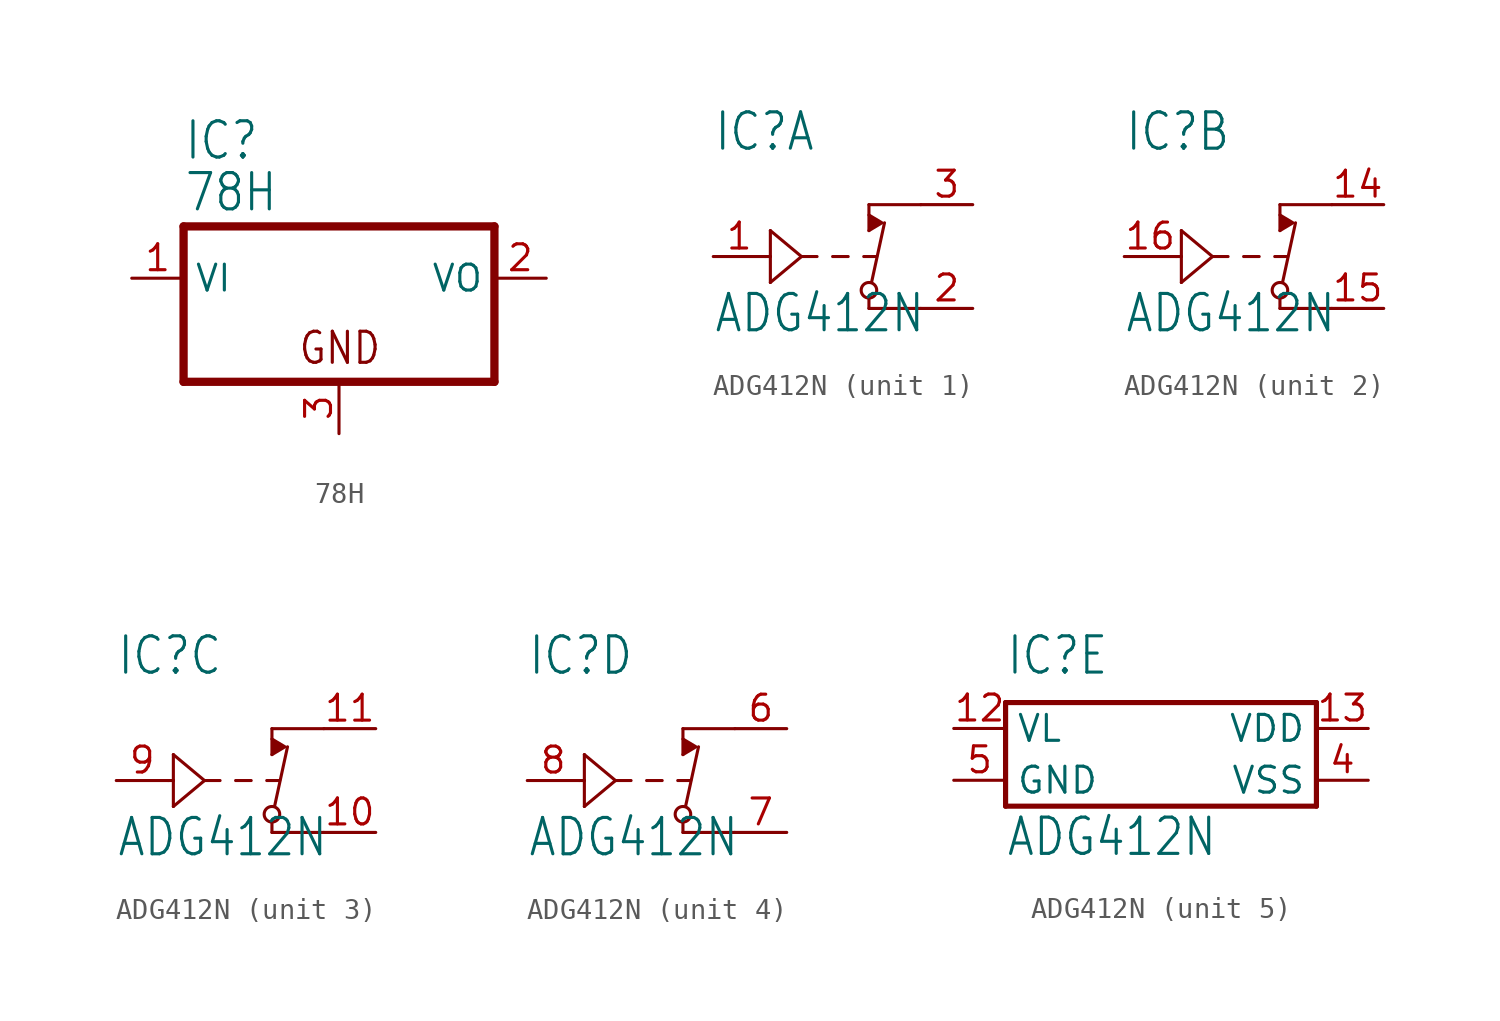
<source format=kicad_sym>
(kicad_symbol_lib
  (version 20211014)
  (generator kicad_symbol_editor)
  (symbol "78H"
    (property "Reference" "IC"
      (at -7.62 5.715 0)
      (effects (font (size 1.778 1.511)) (justify left bottom)))
    (property "Value" "78H"
      (at -7.62 3.175 0)
      (effects (font (size 1.778 1.511)) (justify left bottom)))
    (property "ki_locked" ""
      (at 0 0 0)
      (effects (font (size 1.27 1.27))))
    (symbol "78H_1_0"
      (polyline (pts (xy -7.62 -5.08) (xy 7.62 -5.08)) (stroke (width 0.406) (type default) (color 0 0 0 0)) (fill (type none)))
      (polyline (pts (xy -7.62 2.54) (xy -7.62 -5.08)) (stroke (width 0.406) (type default) (color 0 0 0 0)) (fill (type none)))
      (polyline (pts (xy 7.62 -5.08) (xy 7.62 2.54)) (stroke (width 0.406) (type default) (color 0 0 0 0)) (fill (type none)))
      (polyline (pts (xy 7.62 2.54) (xy -7.62 2.54)) (stroke (width 0.406) (type default) (color 0 0 0 0)) (fill (type none)))
      (text "GND" (at -2.032 -4.318 0) (effects (font (size 1.524 1.295)) (justify left bottom)))
      (pin input line (at -10.16 0 0) (length 2.54) (name "VI" (effects (font (size 1.27 1.27)))) (number "1" (effects (font (size 1.27 1.27)))))
      (pin passive line (at 10.16 0 180) (length 2.54) (name "VO" (effects (font (size 1.27 1.27)))) (number "2" (effects (font (size 1.27 1.27)))))
      (pin passive line (at 0 -7.62 90) (length 2.54) (name "GND" (effects (font (size 0 0)))) (number "3" (effects (font (size 1.27 1.27)))))))
  (symbol "ADG412N"
    (property "Reference" "IC"
      (at -7.62 5.08 0)
      (effects (font (size 1.778 1.511)) (justify left bottom)))
    (property "Value" "ADG412N"
      (at -7.62 -3.81 0)
      (effects (font (size 1.778 1.511)) (justify left bottom)))
    (property "ki_locked" ""
      (at 0 0 0)
      (effects (font (size 1.27 1.27))))
    (symbol "ADG412N_1_0"
      (circle (center 0 -1.651) (radius 0.381) (stroke (width 0.152) (type default) (color 0 0 0 0)) (fill (type none)))
      (polyline (pts (xy -5.08 0) (xy -4.826 0)) (stroke (width 0.152) (type default) (color 0 0 0 0)) (fill (type none)))
      (polyline (pts (xy -4.826 -1.27) (xy -4.826 0)) (stroke (width 0.152) (type default) (color 0 0 0 0)) (fill (type none)))
      (polyline (pts (xy -4.826 0) (xy -4.826 1.27)) (stroke (width 0.152) (type default) (color 0 0 0 0)) (fill (type none)))
      (polyline (pts (xy -4.826 1.27) (xy -3.302 0)) (stroke (width 0.152) (type default) (color 0 0 0 0)) (fill (type none)))
      (polyline (pts (xy -3.302 0) (xy -4.826 -1.27)) (stroke (width 0.152) (type default) (color 0 0 0 0)) (fill (type none)))
      (polyline (pts (xy -3.302 0) (xy -2.54 0)) (stroke (width 0.152) (type default) (color 0 0 0 0)) (fill (type none)))
      (polyline (pts (xy -1.778 0) (xy -1.016 0)) (stroke (width 0.152) (type default) (color 0 0 0 0)) (fill (type none)))
      (polyline (pts (xy -0.254 0) (xy 0.381 0)) (stroke (width 0.152) (type default) (color 0 0 0 0)) (fill (type none)))
      (polyline (pts (xy 0 -2.54) (xy 0 -2.032)) (stroke (width 0.152) (type default) (color 0 0 0 0)) (fill (type none)))
      (polyline (pts (xy 0 2.54) (xy 0 1.27)) (stroke (width 0.152) (type default) (color 0 0 0 0)) (fill (type none)))
      (polyline (pts (xy 0.127 -1.27) (xy 0.762 1.651)) (stroke (width 0.152) (type default) (color 0 0 0 0)) (fill (type none)))
      (polyline (pts (xy 2.54 -2.54) (xy 0 -2.54)) (stroke (width 0.152) (type default) (color 0 0 0 0)) (fill (type none)))
      (polyline (pts (xy 2.54 2.54) (xy 0 2.54)) (stroke (width 0.152) (type default) (color 0 0 0 0)) (fill (type none)))
      (polyline (pts (xy 0 1.27) (xy 0.635 1.651) (xy 0 2.032)) (stroke (width 0) (type default) (color 0 0 0 0)) (fill (type outline)))
      (pin input line (at -7.62 0 0) (length 2.54) (name "IN" (effects (font (size 0 0)))) (number "1" (effects (font (size 1.27 1.27)))))
      (pin passive line (at 5.08 -2.54 180) (length 2.54) (name "D" (effects (font (size 0 0)))) (number "2" (effects (font (size 1.27 1.27)))))
      (pin passive line (at 5.08 2.54 180) (length 2.54) (name "S" (effects (font (size 0 0)))) (number "3" (effects (font (size 1.27 1.27))))))
    (symbol "ADG412N_2_0"
      (circle (center 0 -1.651) (radius 0.381) (stroke (width 0.152) (type default) (color 0 0 0 0)) (fill (type none)))
      (polyline (pts (xy -5.08 0) (xy -4.826 0)) (stroke (width 0.152) (type default) (color 0 0 0 0)) (fill (type none)))
      (polyline (pts (xy -4.826 -1.27) (xy -4.826 0)) (stroke (width 0.152) (type default) (color 0 0 0 0)) (fill (type none)))
      (polyline (pts (xy -4.826 0) (xy -4.826 1.27)) (stroke (width 0.152) (type default) (color 0 0 0 0)) (fill (type none)))
      (polyline (pts (xy -4.826 1.27) (xy -3.302 0)) (stroke (width 0.152) (type default) (color 0 0 0 0)) (fill (type none)))
      (polyline (pts (xy -3.302 0) (xy -4.826 -1.27)) (stroke (width 0.152) (type default) (color 0 0 0 0)) (fill (type none)))
      (polyline (pts (xy -3.302 0) (xy -2.54 0)) (stroke (width 0.152) (type default) (color 0 0 0 0)) (fill (type none)))
      (polyline (pts (xy -1.778 0) (xy -1.016 0)) (stroke (width 0.152) (type default) (color 0 0 0 0)) (fill (type none)))
      (polyline (pts (xy -0.254 0) (xy 0.381 0)) (stroke (width 0.152) (type default) (color 0 0 0 0)) (fill (type none)))
      (polyline (pts (xy 0 -2.54) (xy 0 -2.032)) (stroke (width 0.152) (type default) (color 0 0 0 0)) (fill (type none)))
      (polyline (pts (xy 0 2.54) (xy 0 1.27)) (stroke (width 0.152) (type default) (color 0 0 0 0)) (fill (type none)))
      (polyline (pts (xy 0.127 -1.27) (xy 0.762 1.651)) (stroke (width 0.152) (type default) (color 0 0 0 0)) (fill (type none)))
      (polyline (pts (xy 2.54 -2.54) (xy 0 -2.54)) (stroke (width 0.152) (type default) (color 0 0 0 0)) (fill (type none)))
      (polyline (pts (xy 2.54 2.54) (xy 0 2.54)) (stroke (width 0.152) (type default) (color 0 0 0 0)) (fill (type none)))
      (polyline (pts (xy 0 1.27) (xy 0.635 1.651) (xy 0 2.032)) (stroke (width 0) (type default) (color 0 0 0 0)) (fill (type outline)))
      (pin passive line (at 5.08 2.54 180) (length 2.54) (name "S" (effects (font (size 0 0)))) (number "14" (effects (font (size 1.27 1.27)))))
      (pin passive line (at 5.08 -2.54 180) (length 2.54) (name "D" (effects (font (size 0 0)))) (number "15" (effects (font (size 1.27 1.27)))))
      (pin input line (at -7.62 0 0) (length 2.54) (name "IN" (effects (font (size 0 0)))) (number "16" (effects (font (size 1.27 1.27))))))
    (symbol "ADG412N_3_0"
      (circle (center 0 -1.651) (radius 0.381) (stroke (width 0.152) (type default) (color 0 0 0 0)) (fill (type none)))
      (polyline (pts (xy -5.08 0) (xy -4.826 0)) (stroke (width 0.152) (type default) (color 0 0 0 0)) (fill (type none)))
      (polyline (pts (xy -4.826 -1.27) (xy -4.826 0)) (stroke (width 0.152) (type default) (color 0 0 0 0)) (fill (type none)))
      (polyline (pts (xy -4.826 0) (xy -4.826 1.27)) (stroke (width 0.152) (type default) (color 0 0 0 0)) (fill (type none)))
      (polyline (pts (xy -4.826 1.27) (xy -3.302 0)) (stroke (width 0.152) (type default) (color 0 0 0 0)) (fill (type none)))
      (polyline (pts (xy -3.302 0) (xy -4.826 -1.27)) (stroke (width 0.152) (type default) (color 0 0 0 0)) (fill (type none)))
      (polyline (pts (xy -3.302 0) (xy -2.54 0)) (stroke (width 0.152) (type default) (color 0 0 0 0)) (fill (type none)))
      (polyline (pts (xy -1.778 0) (xy -1.016 0)) (stroke (width 0.152) (type default) (color 0 0 0 0)) (fill (type none)))
      (polyline (pts (xy -0.254 0) (xy 0.381 0)) (stroke (width 0.152) (type default) (color 0 0 0 0)) (fill (type none)))
      (polyline (pts (xy 0 -2.54) (xy 0 -2.032)) (stroke (width 0.152) (type default) (color 0 0 0 0)) (fill (type none)))
      (polyline (pts (xy 0 2.54) (xy 0 1.27)) (stroke (width 0.152) (type default) (color 0 0 0 0)) (fill (type none)))
      (polyline (pts (xy 0.127 -1.27) (xy 0.762 1.651)) (stroke (width 0.152) (type default) (color 0 0 0 0)) (fill (type none)))
      (polyline (pts (xy 2.54 -2.54) (xy 0 -2.54)) (stroke (width 0.152) (type default) (color 0 0 0 0)) (fill (type none)))
      (polyline (pts (xy 2.54 2.54) (xy 0 2.54)) (stroke (width 0.152) (type default) (color 0 0 0 0)) (fill (type none)))
      (polyline (pts (xy 0 1.27) (xy 0.635 1.651) (xy 0 2.032)) (stroke (width 0) (type default) (color 0 0 0 0)) (fill (type outline)))
      (pin passive line (at 5.08 -2.54 180) (length 2.54) (name "D" (effects (font (size 0 0)))) (number "10" (effects (font (size 1.27 1.27)))))
      (pin passive line (at 5.08 2.54 180) (length 2.54) (name "S" (effects (font (size 0 0)))) (number "11" (effects (font (size 1.27 1.27)))))
      (pin input line (at -7.62 0 0) (length 2.54) (name "IN" (effects (font (size 0 0)))) (number "9" (effects (font (size 1.27 1.27))))))
    (symbol "ADG412N_4_0"
      (circle (center 0 -1.651) (radius 0.381) (stroke (width 0.152) (type default) (color 0 0 0 0)) (fill (type none)))
      (polyline (pts (xy -5.08 0) (xy -4.826 0)) (stroke (width 0.152) (type default) (color 0 0 0 0)) (fill (type none)))
      (polyline (pts (xy -4.826 -1.27) (xy -4.826 0)) (stroke (width 0.152) (type default) (color 0 0 0 0)) (fill (type none)))
      (polyline (pts (xy -4.826 0) (xy -4.826 1.27)) (stroke (width 0.152) (type default) (color 0 0 0 0)) (fill (type none)))
      (polyline (pts (xy -4.826 1.27) (xy -3.302 0)) (stroke (width 0.152) (type default) (color 0 0 0 0)) (fill (type none)))
      (polyline (pts (xy -3.302 0) (xy -4.826 -1.27)) (stroke (width 0.152) (type default) (color 0 0 0 0)) (fill (type none)))
      (polyline (pts (xy -3.302 0) (xy -2.54 0)) (stroke (width 0.152) (type default) (color 0 0 0 0)) (fill (type none)))
      (polyline (pts (xy -1.778 0) (xy -1.016 0)) (stroke (width 0.152) (type default) (color 0 0 0 0)) (fill (type none)))
      (polyline (pts (xy -0.254 0) (xy 0.381 0)) (stroke (width 0.152) (type default) (color 0 0 0 0)) (fill (type none)))
      (polyline (pts (xy 0 -2.54) (xy 0 -2.032)) (stroke (width 0.152) (type default) (color 0 0 0 0)) (fill (type none)))
      (polyline (pts (xy 0 2.54) (xy 0 1.27)) (stroke (width 0.152) (type default) (color 0 0 0 0)) (fill (type none)))
      (polyline (pts (xy 0.127 -1.27) (xy 0.762 1.651)) (stroke (width 0.152) (type default) (color 0 0 0 0)) (fill (type none)))
      (polyline (pts (xy 2.54 -2.54) (xy 0 -2.54)) (stroke (width 0.152) (type default) (color 0 0 0 0)) (fill (type none)))
      (polyline (pts (xy 2.54 2.54) (xy 0 2.54)) (stroke (width 0.152) (type default) (color 0 0 0 0)) (fill (type none)))
      (polyline (pts (xy 0 1.27) (xy 0.635 1.651) (xy 0 2.032)) (stroke (width 0) (type default) (color 0 0 0 0)) (fill (type outline)))
      (pin passive line (at 5.08 2.54 180) (length 2.54) (name "S" (effects (font (size 0 0)))) (number "6" (effects (font (size 1.27 1.27)))))
      (pin passive line (at 5.08 -2.54 180) (length 2.54) (name "D" (effects (font (size 0 0)))) (number "7" (effects (font (size 1.27 1.27)))))
      (pin input line (at -7.62 0 0) (length 2.54) (name "IN" (effects (font (size 0 0)))) (number "8" (effects (font (size 1.27 1.27))))))
    (symbol "ADG412N_5_0"
      (polyline (pts (xy -7.62 -1.27) (xy -7.62 3.81)) (stroke (width 0.254) (type default) (color 0 0 0 0)) (fill (type none)))
      (polyline (pts (xy -7.62 3.81) (xy 7.62 3.81)) (stroke (width 0.254) (type default) (color 0 0 0 0)) (fill (type none)))
      (polyline (pts (xy 7.62 -1.27) (xy -7.62 -1.27)) (stroke (width 0.254) (type default) (color 0 0 0 0)) (fill (type none)))
      (polyline (pts (xy 7.62 3.81) (xy 7.62 -1.27)) (stroke (width 0.254) (type default) (color 0 0 0 0)) (fill (type none)))
      (pin power_in line (at -10.16 2.54 0) (length 2.54) (name "VL" (effects (font (size 1.27 1.27)))) (number "12" (effects (font (size 1.27 1.27)))))
      (pin power_in line (at 10.16 2.54 180) (length 2.54) (name "VDD" (effects (font (size 1.27 1.27)))) (number "13" (effects (font (size 1.27 1.27)))))
      (pin power_in line (at 10.16 0 180) (length 2.54) (name "VSS" (effects (font (size 1.27 1.27)))) (number "4" (effects (font (size 1.27 1.27)))))
      (pin power_in line (at -10.16 0 0) (length 2.54) (name "GND" (effects (font (size 1.27 1.27)))) (number "5" (effects (font (size 1.27 1.27))))))))
</source>
